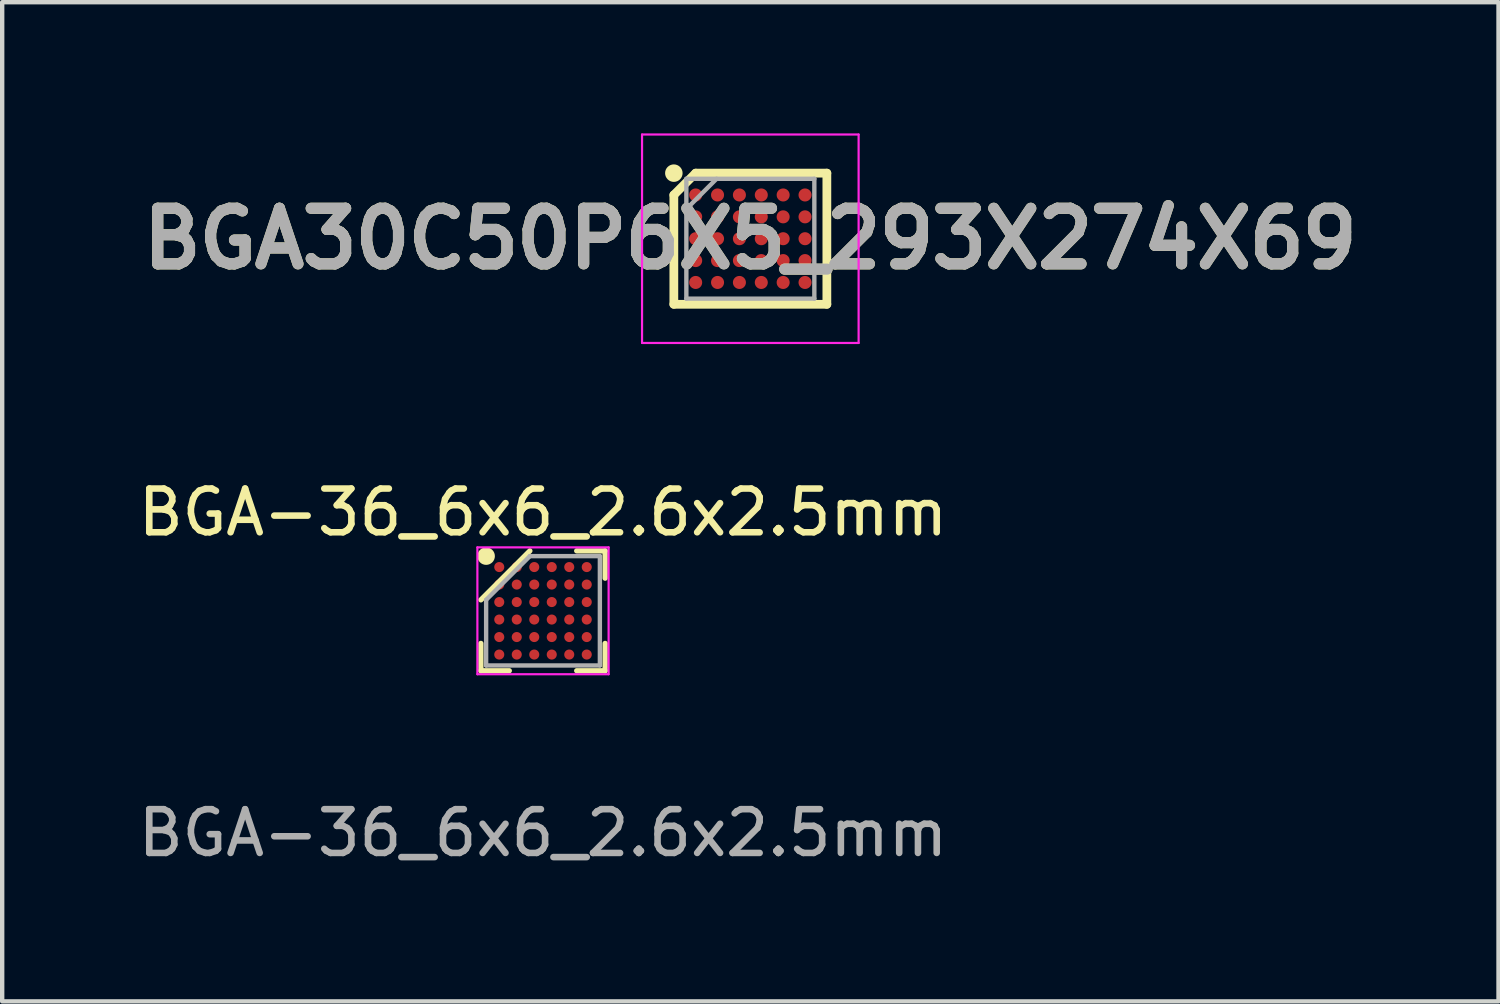
<source format=kicad_pcb>
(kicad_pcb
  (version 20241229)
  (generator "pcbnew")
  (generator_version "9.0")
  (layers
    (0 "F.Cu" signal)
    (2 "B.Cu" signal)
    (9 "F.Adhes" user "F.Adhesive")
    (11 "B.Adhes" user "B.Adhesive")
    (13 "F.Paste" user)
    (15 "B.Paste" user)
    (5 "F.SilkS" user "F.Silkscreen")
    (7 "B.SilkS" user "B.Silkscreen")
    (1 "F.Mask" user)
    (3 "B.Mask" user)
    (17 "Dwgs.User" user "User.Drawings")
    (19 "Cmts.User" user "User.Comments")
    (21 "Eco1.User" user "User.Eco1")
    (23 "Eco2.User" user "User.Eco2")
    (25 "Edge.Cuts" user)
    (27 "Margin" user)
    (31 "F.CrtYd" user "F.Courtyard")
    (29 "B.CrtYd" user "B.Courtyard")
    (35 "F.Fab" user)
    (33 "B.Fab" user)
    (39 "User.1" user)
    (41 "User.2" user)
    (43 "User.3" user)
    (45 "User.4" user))
  (footprint "BGA-36_6x6_2.6x2.5mm"
    (layer "F.Cu")
    (at 9.363 10.913)
    (property "Reference" "BGA-36_6x6_2.6x2.5mm" (at 0 -2.25 0) (layer "F.SilkS") (effects (font (size 1 1) (thickness 0.15))))
    (attr smd)
    (fp_line (start -1.42 1.37) (end -1.42 0.745) (stroke (width 0.12) (type default)) (layer "F.SilkS"))
    (fp_line (start -0.77 1.37) (end -1.42 1.37) (stroke (width 0.12) (type default)) (layer "F.SilkS"))
    (fp_line (start -0.3 -1.37) (end -1.42 -0.25) (stroke (width 0.12) (type default)) (layer "F.SilkS"))
    (fp_line (start 0.77 -1.37) (end 1.42 -1.37) (stroke (width 0.12) (type default)) (layer "F.SilkS"))
    (fp_line (start 0.77 1.37) (end 1.42 1.37) (stroke (width 0.12) (type default)) (layer "F.SilkS"))
    (fp_line (start 1.42 -1.37) (end 1.42 -0.745) (stroke (width 0.12) (type default)) (layer "F.SilkS"))
    (fp_line (start 1.42 1.37) (end 1.42 0.745) (stroke (width 0.12) (type default)) (layer "F.SilkS"))
    (fp_circle (center -1.3 -1.25) (end -1.3 -1.15) (stroke (width 0.2) (type default)) (fill no) (layer "F.SilkS"))
    (fp_line (start -1.5 -1.45) (end 1.5 -1.45) (stroke (width 0.05) (type default)) (layer "F.CrtYd"))
    (fp_line (start -1.5 1.45) (end -1.5 -1.45) (stroke (width 0.05) (type default)) (layer "F.CrtYd"))
    (fp_line (start 1.5 -1.45) (end 1.5 1.45) (stroke (width 0.05) (type default)) (layer "F.CrtYd"))
    (fp_line (start 1.5 1.45) (end -1.5 1.45) (stroke (width 0.05) (type default)) (layer "F.CrtYd"))
    (fp_line (start -1.3 -0.25) (end -1.3 1.25) (stroke (width 0.1) (type default)) (layer "F.Fab"))
    (fp_line (start -1.3 1.25) (end 1.3 1.25) (stroke (width 0.1) (type default)) (layer "F.Fab"))
    (fp_line (start -0.3 -1.25) (end -1.3 -0.25) (stroke (width 0.1) (type default)) (layer "F.Fab"))
    (fp_line (start 1.3 -1.25) (end -0.3 -1.25) (stroke (width 0.1) (type default)) (layer "F.Fab"))
    (fp_line (start 1.3 1.25) (end 1.3 -1.25) (stroke (width 0.1) (type default)) (layer "F.Fab"))
    (fp_text user "${REFERENCE}" (at 0 5.08 0) (layer "F.Fab") (effects (font (size 1 1) (thickness 0.15))))
    (pad "A1" smd circle (at -1 -1) (size 0.23 0.23) (layers "F.Cu" "F.Mask" "F.Paste"))
    (pad "A2" smd circle (at -0.6 -1) (size 0.23 0.23) (layers "F.Cu" "F.Mask" "F.Paste"))
    (pad "A3" smd circle (at -0.2 -1) (size 0.23 0.23) (layers "F.Cu" "F.Mask" "F.Paste"))
    (pad "A4" smd circle (at 0.2 -1) (size 0.23 0.23) (layers "F.Cu" "F.Mask" "F.Paste"))
    (pad "A5" smd circle (at 0.6 -1) (size 0.23 0.23) (layers "F.Cu" "F.Mask" "F.Paste"))
    (pad "A6" smd circle (at 1 -1) (size 0.23 0.23) (layers "F.Cu" "F.Mask" "F.Paste"))
    (pad "B1" smd circle (at -1 -0.6) (size 0.23 0.23) (layers "F.Cu" "F.Mask" "F.Paste"))
    (pad "B2" smd circle (at -0.6 -0.6) (size 0.23 0.23) (layers "F.Cu" "F.Mask" "F.Paste"))
    (pad "B3" smd circle (at -0.2 -0.6) (size 0.23 0.23) (layers "F.Cu" "F.Mask" "F.Paste"))
    (pad "B4" smd circle (at 0.2 -0.6) (size 0.23 0.23) (layers "F.Cu" "F.Mask" "F.Paste"))
    (pad "B5" smd circle (at 0.6 -0.6) (size 0.23 0.23) (layers "F.Cu" "F.Mask" "F.Paste"))
    (pad "B6" smd circle (at 1 -0.6) (size 0.23 0.23) (layers "F.Cu" "F.Mask" "F.Paste"))
    (pad "C1" smd circle (at -1 -0.2) (size 0.23 0.23) (layers "F.Cu" "F.Mask" "F.Paste"))
    (pad "C2" smd circle (at -0.6 -0.2) (size 0.23 0.23) (layers "F.Cu" "F.Mask" "F.Paste"))
    (pad "C3" smd circle (at -0.2 -0.2) (size 0.23 0.23) (layers "F.Cu" "F.Mask" "F.Paste"))
    (pad "C4" smd circle (at 0.2 -0.2) (size 0.23 0.23) (layers "F.Cu" "F.Mask" "F.Paste"))
    (pad "C5" smd circle (at 0.6 -0.2) (size 0.23 0.23) (layers "F.Cu" "F.Mask" "F.Paste"))
    (pad "C6" smd circle (at 1 -0.2) (size 0.23 0.23) (layers "F.Cu" "F.Mask" "F.Paste"))
    (pad "D1" smd circle (at -1 0.2) (size 0.23 0.23) (layers "F.Cu" "F.Mask" "F.Paste"))
    (pad "D2" smd circle (at -0.6 0.2) (size 0.23 0.23) (layers "F.Cu" "F.Mask" "F.Paste"))
    (pad "D3" smd circle (at -0.2 0.2) (size 0.23 0.23) (layers "F.Cu" "F.Mask" "F.Paste"))
    (pad "D4" smd circle (at 0.2 0.2) (size 0.23 0.23) (layers "F.Cu" "F.Mask" "F.Paste"))
    (pad "D5" smd circle (at 0.6 0.2) (size 0.23 0.23) (layers "F.Cu" "F.Mask" "F.Paste"))
    (pad "D6" smd circle (at 1 0.2) (size 0.23 0.23) (layers "F.Cu" "F.Mask" "F.Paste"))
    (pad "E1" smd circle (at -1 0.6) (size 0.23 0.23) (layers "F.Cu" "F.Mask" "F.Paste"))
    (pad "E2" smd circle (at -0.6 0.6) (size 0.23 0.23) (layers "F.Cu" "F.Mask" "F.Paste"))
    (pad "E3" smd circle (at -0.2 0.6) (size 0.23 0.23) (layers "F.Cu" "F.Mask" "F.Paste"))
    (pad "E4" smd circle (at 0.2 0.6) (size 0.23 0.23) (layers "F.Cu" "F.Mask" "F.Paste"))
    (pad "E5" smd circle (at 0.6 0.6) (size 0.23 0.23) (layers "F.Cu" "F.Mask" "F.Paste"))
    (pad "E6" smd circle (at 1 0.6) (size 0.23 0.23) (layers "F.Cu" "F.Mask" "F.Paste"))
    (pad "F1" smd circle (at -1 1) (size 0.23 0.23) (layers "F.Cu" "F.Mask" "F.Paste"))
    (pad "F2" smd circle (at -0.6 1) (size 0.23 0.23) (layers "F.Cu" "F.Mask" "F.Paste"))
    (pad "F3" smd circle (at -0.2 1) (size 0.23 0.23) (layers "F.Cu" "F.Mask" "F.Paste"))
    (pad "F4" smd circle (at 0.2 1) (size 0.23 0.23) (layers "F.Cu" "F.Mask" "F.Paste"))
    (pad "F5" smd circle (at 0.6 1) (size 0.23 0.23) (layers "F.Cu" "F.Mask" "F.Paste"))
    (pad "F6" smd circle (at 1 1) (size 0.23 0.23) (layers "F.Cu" "F.Mask" "F.Paste")))
  (footprint "BGA30C50P6X5_293X274X69"
    (layer "F.Cu")
    (at 14.103 2.407)
    (property "Reference" "BGA30C50P6X5_293X274X69" (at 0 0 0) (layer "F.SilkS") (effects (font (size 1.27 1.27) (thickness 0.254))))
    (attr smd)
    (fp_line (start -1.749 -1) (end -1.25 -1.499) (stroke (width 0.2) (type solid)) (layer "F.SilkS"))
    (fp_line (start -1.749 1.499) (end -1.749 -1) (stroke (width 0.2) (type solid)) (layer "F.SilkS"))
    (fp_line (start -1.25 -1.499) (end 1.749 -1.499) (stroke (width 0.2) (type solid)) (layer "F.SilkS"))
    (fp_line (start 1.749 -1.499) (end 1.749 1.499) (stroke (width 0.2) (type solid)) (layer "F.SilkS"))
    (fp_line (start 1.749 1.499) (end -1.749 1.499) (stroke (width 0.2) (type solid)) (layer "F.SilkS"))
    (fp_circle (center -1.749 -1.499) (end -1.749 -1.399) (stroke (width 0.2) (type solid)) (fill no) (layer "F.SilkS"))
    (fp_line (start -2.476 -2.382) (end 2.475 -2.382) (stroke (width 0.05) (type solid)) (layer "F.CrtYd"))
    (fp_line (start -2.476 2.383) (end -2.476 -2.382) (stroke (width 0.05) (type solid)) (layer "F.CrtYd"))
    (fp_line (start 2.475 -2.382) (end 2.475 2.383) (stroke (width 0.05) (type solid)) (layer "F.CrtYd"))
    (fp_line (start 2.475 2.383) (end -2.476 2.383) (stroke (width 0.05) (type solid)) (layer "F.CrtYd"))
    (fp_line (start -1.463 -1.37) (end 1.463 -1.37) (stroke (width 0.1) (type solid)) (layer "F.Fab"))
    (fp_line (start -1.463 -0.679) (end -0.772 -1.37) (stroke (width 0.1) (type solid)) (layer "F.Fab"))
    (fp_line (start -1.463 1.37) (end -1.463 -1.37) (stroke (width 0.1) (type solid)) (layer "F.Fab"))
    (fp_line (start 1.463 -1.37) (end 1.463 1.37) (stroke (width 0.1) (type solid)) (layer "F.Fab"))
    (fp_line (start 1.463 1.37) (end -1.463 1.37) (stroke (width 0.1) (type solid)) (layer "F.Fab"))
    (fp_text user "${REFERENCE}" (at 0 0 0) (layer "F.Fab") (effects (font (size 1.27 1.27) (thickness 0.254))))
    (pad "A1" smd circle (at -1.25 -1 90) (size 0.298 0.298) (layers "F.Cu" "F.Mask" "F.Paste"))
    (pad "A2" smd circle (at -0.75 -1 90) (size 0.298 0.298) (layers "F.Cu" "F.Mask" "F.Paste"))
    (pad "A3" smd circle (at -0.25 -1 90) (size 0.298 0.298) (layers "F.Cu" "F.Mask" "F.Paste"))
    (pad "A4" smd circle (at 0.25 -1 90) (size 0.298 0.298) (layers "F.Cu" "F.Mask" "F.Paste"))
    (pad "A5" smd circle (at 0.75 -1 90) (size 0.298 0.298) (layers "F.Cu" "F.Mask" "F.Paste"))
    (pad "A6" smd circle (at 1.25 -1 90) (size 0.298 0.298) (layers "F.Cu" "F.Mask" "F.Paste"))
    (pad "B1" smd circle (at -1.25 -0.5 90) (size 0.298 0.298) (layers "F.Cu" "F.Mask" "F.Paste"))
    (pad "B2" smd circle (at -0.75 -0.5 90) (size 0.298 0.298) (layers "F.Cu" "F.Mask" "F.Paste"))
    (pad "B3" smd circle (at -0.25 -0.5 90) (size 0.298 0.298) (layers "F.Cu" "F.Mask" "F.Paste"))
    (pad "B4" smd circle (at 0.25 -0.5 90) (size 0.298 0.298) (layers "F.Cu" "F.Mask" "F.Paste"))
    (pad "B5" smd circle (at 0.75 -0.5 90) (size 0.298 0.298) (layers "F.Cu" "F.Mask" "F.Paste"))
    (pad "B6" smd circle (at 1.25 -0.5 90) (size 0.298 0.298) (layers "F.Cu" "F.Mask" "F.Paste"))
    (pad "C1" smd circle (at -1.25 0 90) (size 0.298 0.298) (layers "F.Cu" "F.Mask" "F.Paste"))
    (pad "C2" smd circle (at -0.75 0 90) (size 0.298 0.298) (layers "F.Cu" "F.Mask" "F.Paste"))
    (pad "C3" smd circle (at -0.25 0 90) (size 0.298 0.298) (layers "F.Cu" "F.Mask" "F.Paste"))
    (pad "C4" smd circle (at 0.25 0 90) (size 0.298 0.298) (layers "F.Cu" "F.Mask" "F.Paste"))
    (pad "C5" smd circle (at 0.75 0 90) (size 0.298 0.298) (layers "F.Cu" "F.Mask" "F.Paste"))
    (pad "C6" smd circle (at 1.25 0 90) (size 0.298 0.298) (layers "F.Cu" "F.Mask" "F.Paste"))
    (pad "D1" smd circle (at -1.25 0.5 90) (size 0.298 0.298) (layers "F.Cu" "F.Mask" "F.Paste"))
    (pad "D2" smd circle (at -0.75 0.5 90) (size 0.298 0.298) (layers "F.Cu" "F.Mask" "F.Paste"))
    (pad "D3" smd circle (at -0.25 0.5 90) (size 0.298 0.298) (layers "F.Cu" "F.Mask" "F.Paste"))
    (pad "D4" smd circle (at 0.25 0.5 90) (size 0.298 0.298) (layers "F.Cu" "F.Mask" "F.Paste"))
    (pad "D5" smd circle (at 0.75 0.5 90) (size 0.298 0.298) (layers "F.Cu" "F.Mask" "F.Paste"))
    (pad "D6" smd circle (at 1.25 0.5 90) (size 0.298 0.298) (layers "F.Cu" "F.Mask" "F.Paste"))
    (pad "E1" smd circle (at -1.25 1 90) (size 0.298 0.298) (layers "F.Cu" "F.Mask" "F.Paste"))
    (pad "E2" smd circle (at -0.75 1 90) (size 0.298 0.298) (layers "F.Cu" "F.Mask" "F.Paste"))
    (pad "E3" smd circle (at -0.25 1 90) (size 0.298 0.298) (layers "F.Cu" "F.Mask" "F.Paste"))
    (pad "E4" smd circle (at 0.25 1 90) (size 0.298 0.298) (layers "F.Cu" "F.Mask" "F.Paste"))
    (pad "E5" smd circle (at 0.75 1 90) (size 0.298 0.298) (layers "F.Cu" "F.Mask" "F.Paste"))
    (pad "E6" smd circle (at 1.25 1 90) (size 0.298 0.298) (layers "F.Cu" "F.Mask" "F.Paste")))
  (gr_rect
    (start -3 -3)
    (end 31.206 19.841)
    (stroke (width 0.1) (type default))
    (fill no)
    (layer "Edge.Cuts")))
</source>
